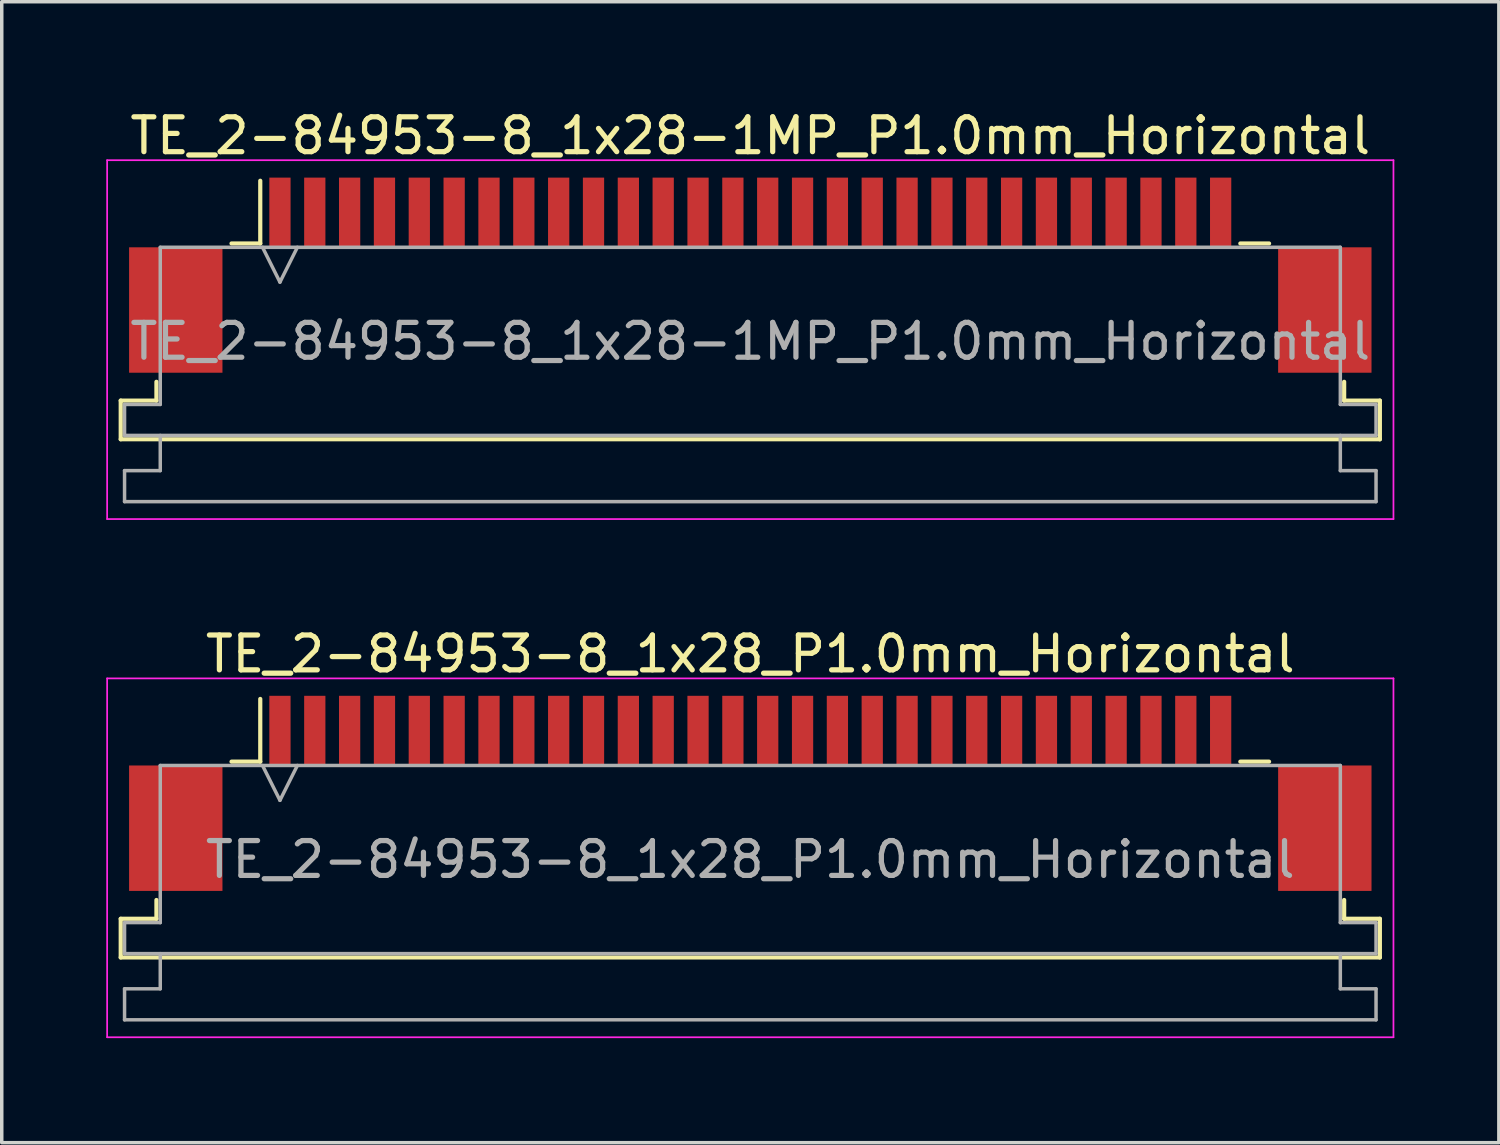
<source format=kicad_pcb>
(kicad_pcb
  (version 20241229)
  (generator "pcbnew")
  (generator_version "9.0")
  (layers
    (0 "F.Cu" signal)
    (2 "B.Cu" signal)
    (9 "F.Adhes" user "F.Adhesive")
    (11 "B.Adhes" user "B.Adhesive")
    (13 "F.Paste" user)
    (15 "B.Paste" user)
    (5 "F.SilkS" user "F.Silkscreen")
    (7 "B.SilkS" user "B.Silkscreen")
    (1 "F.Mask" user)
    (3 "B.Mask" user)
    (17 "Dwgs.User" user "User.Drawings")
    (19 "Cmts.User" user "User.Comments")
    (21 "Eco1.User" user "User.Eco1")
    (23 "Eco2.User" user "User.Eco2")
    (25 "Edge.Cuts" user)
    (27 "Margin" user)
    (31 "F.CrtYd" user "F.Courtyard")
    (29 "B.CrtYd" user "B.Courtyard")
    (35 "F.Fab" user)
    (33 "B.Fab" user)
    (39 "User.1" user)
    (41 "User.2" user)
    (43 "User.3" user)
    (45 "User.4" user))
  (footprint "TE_2-84953-8_1x28_P1.0mm_Horizontal"
    (layer "F.Cu")
    (at 18.485 19.721)
    (property "Reference" "TE_2-84953-8_1x28_P1.0mm_Horizontal" (at 0 -4 0) (layer "F.SilkS") (effects (font (size 1 1) (thickness 0.15))))
    (attr smd)
    (fp_line (start -18.07 3.6) (end -17.045 3.6) (stroke (width 0.12) (type solid)) (layer "F.SilkS"))
    (fp_line (start -18.07 4.71) (end -18.07 3.6) (stroke (width 0.12) (type solid)) (layer "F.SilkS"))
    (fp_line (start -17.045 3.6) (end -17.045 3.06) (stroke (width 0.12) (type solid)) (layer "F.SilkS"))
    (fp_line (start -14.89 -0.91) (end -14.065 -0.91) (stroke (width 0.12) (type solid)) (layer "F.SilkS"))
    (fp_line (start -14.065 -0.91) (end -14.065 -2.71) (stroke (width 0.12) (type solid)) (layer "F.SilkS"))
    (fp_line (start 14.065 -0.91) (end 14.89 -0.91) (stroke (width 0.12) (type solid)) (layer "F.SilkS"))
    (fp_line (start 17.045 3.06) (end 17.045 3.6) (stroke (width 0.12) (type solid)) (layer "F.SilkS"))
    (fp_line (start 17.045 3.6) (end 18.07 3.6) (stroke (width 0.12) (type solid)) (layer "F.SilkS"))
    (fp_line (start 18.07 3.6) (end 18.07 4.71) (stroke (width 0.12) (type solid)) (layer "F.SilkS"))
    (fp_line (start 18.07 4.71) (end -18.07 4.71) (stroke (width 0.12) (type solid)) (layer "F.SilkS"))
    (fp_line (start -18.46 -3.3) (end -18.46 7) (stroke (width 0.05) (type solid)) (layer "F.CrtYd"))
    (fp_line (start -18.46 7) (end 18.46 7) (stroke (width 0.05) (type solid)) (layer "F.CrtYd"))
    (fp_line (start 18.46 -3.3) (end -18.46 -3.3) (stroke (width 0.05) (type solid)) (layer "F.CrtYd"))
    (fp_line (start 18.46 7) (end 18.46 -3.3) (stroke (width 0.05) (type solid)) (layer "F.CrtYd"))
    (fp_line (start -17.96 3.71) (end -16.935 3.71) (stroke (width 0.1) (type solid)) (layer "F.Fab"))
    (fp_line (start -17.96 4.6) (end -17.96 3.71) (stroke (width 0.1) (type solid)) (layer "F.Fab"))
    (fp_line (start -17.96 5.61) (end -16.935 5.61) (stroke (width 0.1) (type solid)) (layer "F.Fab"))
    (fp_line (start -17.96 6.5) (end -17.96 5.61) (stroke (width 0.1) (type solid)) (layer "F.Fab"))
    (fp_line (start -16.935 -0.8) (end 16.935 -0.8) (stroke (width 0.1) (type solid)) (layer "F.Fab"))
    (fp_line (start -16.935 3.71) (end -16.935 -0.8) (stroke (width 0.1) (type solid)) (layer "F.Fab"))
    (fp_line (start -16.935 5.61) (end -16.935 4.6) (stroke (width 0.1) (type solid)) (layer "F.Fab"))
    (fp_line (start -14 -0.8) (end -13.5 0.2) (stroke (width 0.1) (type solid)) (layer "F.Fab"))
    (fp_line (start -13.5 0.2) (end -13 -0.8) (stroke (width 0.1) (type solid)) (layer "F.Fab"))
    (fp_line (start 16.935 -0.8) (end 16.935 3.71) (stroke (width 0.1) (type solid)) (layer "F.Fab"))
    (fp_line (start 16.935 3.71) (end 17.96 3.71) (stroke (width 0.1) (type solid)) (layer "F.Fab"))
    (fp_line (start 16.935 4.6) (end 16.935 5.61) (stroke (width 0.1) (type solid)) (layer "F.Fab"))
    (fp_line (start 16.935 5.61) (end 17.96 5.61) (stroke (width 0.1) (type solid)) (layer "F.Fab"))
    (fp_line (start 17.96 3.71) (end 17.96 4.6) (stroke (width 0.1) (type solid)) (layer "F.Fab"))
    (fp_line (start 17.96 4.6) (end -17.96 4.6) (stroke (width 0.1) (type solid)) (layer "F.Fab"))
    (fp_line (start 17.96 5.61) (end 17.96 6.5) (stroke (width 0.1) (type solid)) (layer "F.Fab"))
    (fp_line (start 17.96 6.5) (end -17.96 6.5) (stroke (width 0.1) (type solid)) (layer "F.Fab"))
    (fp_text user "${REFERENCE}" (at 0 1.9 0) (layer "F.Fab") (effects (font (size 1 1) (thickness 0.15))))
    (pad "" smd rect (at -16.49 1) (size 2.68 3.6) (layers "F.Cu" "F.Mask" "F.Paste"))
    (pad "" smd rect (at 16.49 1) (size 2.68 3.6) (layers "F.Cu" "F.Mask" "F.Paste"))
    (pad "1" smd rect (at -13.5 -1.8) (size 0.61 2) (layers "F.Cu" "F.Mask" "F.Paste"))
    (pad "2" smd rect (at -12.5 -1.8) (size 0.61 2) (layers "F.Cu" "F.Mask" "F.Paste"))
    (pad "3" smd rect (at -11.5 -1.8) (size 0.61 2) (layers "F.Cu" "F.Mask" "F.Paste"))
    (pad "4" smd rect (at -10.5 -1.8) (size 0.61 2) (layers "F.Cu" "F.Mask" "F.Paste"))
    (pad "5" smd rect (at -9.5 -1.8) (size 0.61 2) (layers "F.Cu" "F.Mask" "F.Paste"))
    (pad "6" smd rect (at -8.5 -1.8) (size 0.61 2) (layers "F.Cu" "F.Mask" "F.Paste"))
    (pad "7" smd rect (at -7.5 -1.8) (size 0.61 2) (layers "F.Cu" "F.Mask" "F.Paste"))
    (pad "8" smd rect (at -6.5 -1.8) (size 0.61 2) (layers "F.Cu" "F.Mask" "F.Paste"))
    (pad "9" smd rect (at -5.5 -1.8) (size 0.61 2) (layers "F.Cu" "F.Mask" "F.Paste"))
    (pad "10" smd rect (at -4.5 -1.8) (size 0.61 2) (layers "F.Cu" "F.Mask" "F.Paste"))
    (pad "11" smd rect (at -3.5 -1.8) (size 0.61 2) (layers "F.Cu" "F.Mask" "F.Paste"))
    (pad "12" smd rect (at -2.5 -1.8) (size 0.61 2) (layers "F.Cu" "F.Mask" "F.Paste"))
    (pad "13" smd rect (at -1.5 -1.8) (size 0.61 2) (layers "F.Cu" "F.Mask" "F.Paste"))
    (pad "14" smd rect (at -0.5 -1.8) (size 0.61 2) (layers "F.Cu" "F.Mask" "F.Paste"))
    (pad "15" smd rect (at 0.5 -1.8) (size 0.61 2) (layers "F.Cu" "F.Mask" "F.Paste"))
    (pad "16" smd rect (at 1.5 -1.8) (size 0.61 2) (layers "F.Cu" "F.Mask" "F.Paste"))
    (pad "17" smd rect (at 2.5 -1.8) (size 0.61 2) (layers "F.Cu" "F.Mask" "F.Paste"))
    (pad "18" smd rect (at 3.5 -1.8) (size 0.61 2) (layers "F.Cu" "F.Mask" "F.Paste"))
    (pad "19" smd rect (at 4.5 -1.8) (size 0.61 2) (layers "F.Cu" "F.Mask" "F.Paste"))
    (pad "20" smd rect (at 5.5 -1.8) (size 0.61 2) (layers "F.Cu" "F.Mask" "F.Paste"))
    (pad "21" smd rect (at 6.5 -1.8) (size 0.61 2) (layers "F.Cu" "F.Mask" "F.Paste"))
    (pad "22" smd rect (at 7.5 -1.8) (size 0.61 2) (layers "F.Cu" "F.Mask" "F.Paste"))
    (pad "23" smd rect (at 8.5 -1.8) (size 0.61 2) (layers "F.Cu" "F.Mask" "F.Paste"))
    (pad "24" smd rect (at 9.5 -1.8) (size 0.61 2) (layers "F.Cu" "F.Mask" "F.Paste"))
    (pad "25" smd rect (at 10.5 -1.8) (size 0.61 2) (layers "F.Cu" "F.Mask" "F.Paste"))
    (pad "26" smd rect (at 11.5 -1.8) (size 0.61 2) (layers "F.Cu" "F.Mask" "F.Paste"))
    (pad "27" smd rect (at 12.5 -1.8) (size 0.61 2) (layers "F.Cu" "F.Mask" "F.Paste"))
    (pad "28" smd rect (at 13.5 -1.8) (size 0.61 2) (layers "F.Cu" "F.Mask" "F.Paste")))
  (footprint "TE_2-84953-8_1x28-1MP_P1.0mm_Horizontal"
    (layer "F.Cu")
    (at 18.485 4.848)
    (property "Reference" "TE_2-84953-8_1x28-1MP_P1.0mm_Horizontal" (at 0 -4 0) (layer "F.SilkS") (effects (font (size 1 1) (thickness 0.15))))
    (attr smd)
    (fp_line (start -18.07 3.6) (end -17.045 3.6) (stroke (width 0.12) (type solid)) (layer "F.SilkS"))
    (fp_line (start -18.07 4.71) (end -18.07 3.6) (stroke (width 0.12) (type solid)) (layer "F.SilkS"))
    (fp_line (start -17.045 3.6) (end -17.045 3.06) (stroke (width 0.12) (type solid)) (layer "F.SilkS"))
    (fp_line (start -14.89 -0.91) (end -14.065 -0.91) (stroke (width 0.12) (type solid)) (layer "F.SilkS"))
    (fp_line (start -14.065 -0.91) (end -14.065 -2.71) (stroke (width 0.12) (type solid)) (layer "F.SilkS"))
    (fp_line (start 14.065 -0.91) (end 14.89 -0.91) (stroke (width 0.12) (type solid)) (layer "F.SilkS"))
    (fp_line (start 17.045 3.06) (end 17.045 3.6) (stroke (width 0.12) (type solid)) (layer "F.SilkS"))
    (fp_line (start 17.045 3.6) (end 18.07 3.6) (stroke (width 0.12) (type solid)) (layer "F.SilkS"))
    (fp_line (start 18.07 3.6) (end 18.07 4.71) (stroke (width 0.12) (type solid)) (layer "F.SilkS"))
    (fp_line (start 18.07 4.71) (end -18.07 4.71) (stroke (width 0.12) (type solid)) (layer "F.SilkS"))
    (fp_line (start -18.46 -3.3) (end -18.46 7) (stroke (width 0.05) (type solid)) (layer "F.CrtYd"))
    (fp_line (start -18.46 7) (end 18.46 7) (stroke (width 0.05) (type solid)) (layer "F.CrtYd"))
    (fp_line (start 18.46 -3.3) (end -18.46 -3.3) (stroke (width 0.05) (type solid)) (layer "F.CrtYd"))
    (fp_line (start 18.46 7) (end 18.46 -3.3) (stroke (width 0.05) (type solid)) (layer "F.CrtYd"))
    (fp_line (start -17.96 3.71) (end -16.935 3.71) (stroke (width 0.1) (type solid)) (layer "F.Fab"))
    (fp_line (start -17.96 4.6) (end -17.96 3.71) (stroke (width 0.1) (type solid)) (layer "F.Fab"))
    (fp_line (start -17.96 5.61) (end -16.935 5.61) (stroke (width 0.1) (type solid)) (layer "F.Fab"))
    (fp_line (start -17.96 6.5) (end -17.96 5.61) (stroke (width 0.1) (type solid)) (layer "F.Fab"))
    (fp_line (start -16.935 -0.8) (end 16.935 -0.8) (stroke (width 0.1) (type solid)) (layer "F.Fab"))
    (fp_line (start -16.935 3.71) (end -16.935 -0.8) (stroke (width 0.1) (type solid)) (layer "F.Fab"))
    (fp_line (start -16.935 5.61) (end -16.935 4.6) (stroke (width 0.1) (type solid)) (layer "F.Fab"))
    (fp_line (start -14 -0.8) (end -13.5 0.2) (stroke (width 0.1) (type solid)) (layer "F.Fab"))
    (fp_line (start -13.5 0.2) (end -13 -0.8) (stroke (width 0.1) (type solid)) (layer "F.Fab"))
    (fp_line (start 16.935 -0.8) (end 16.935 3.71) (stroke (width 0.1) (type solid)) (layer "F.Fab"))
    (fp_line (start 16.935 3.71) (end 17.96 3.71) (stroke (width 0.1) (type solid)) (layer "F.Fab"))
    (fp_line (start 16.935 4.6) (end 16.935 5.61) (stroke (width 0.1) (type solid)) (layer "F.Fab"))
    (fp_line (start 16.935 5.61) (end 17.96 5.61) (stroke (width 0.1) (type solid)) (layer "F.Fab"))
    (fp_line (start 17.96 3.71) (end 17.96 4.6) (stroke (width 0.1) (type solid)) (layer "F.Fab"))
    (fp_line (start 17.96 4.6) (end -17.96 4.6) (stroke (width 0.1) (type solid)) (layer "F.Fab"))
    (fp_line (start 17.96 5.61) (end 17.96 6.5) (stroke (width 0.1) (type solid)) (layer "F.Fab"))
    (fp_line (start 17.96 6.5) (end -17.96 6.5) (stroke (width 0.1) (type solid)) (layer "F.Fab"))
    (fp_text user "${REFERENCE}" (at 0 1.9 0) (layer "F.Fab") (effects (font (size 1 1) (thickness 0.15))))
    (pad "1" smd rect (at -13.5 -1.8) (size 0.61 2) (layers "F.Cu" "F.Mask" "F.Paste"))
    (pad "2" smd rect (at -12.5 -1.8) (size 0.61 2) (layers "F.Cu" "F.Mask" "F.Paste"))
    (pad "3" smd rect (at -11.5 -1.8) (size 0.61 2) (layers "F.Cu" "F.Mask" "F.Paste"))
    (pad "4" smd rect (at -10.5 -1.8) (size 0.61 2) (layers "F.Cu" "F.Mask" "F.Paste"))
    (pad "5" smd rect (at -9.5 -1.8) (size 0.61 2) (layers "F.Cu" "F.Mask" "F.Paste"))
    (pad "6" smd rect (at -8.5 -1.8) (size 0.61 2) (layers "F.Cu" "F.Mask" "F.Paste"))
    (pad "7" smd rect (at -7.5 -1.8) (size 0.61 2) (layers "F.Cu" "F.Mask" "F.Paste"))
    (pad "8" smd rect (at -6.5 -1.8) (size 0.61 2) (layers "F.Cu" "F.Mask" "F.Paste"))
    (pad "9" smd rect (at -5.5 -1.8) (size 0.61 2) (layers "F.Cu" "F.Mask" "F.Paste"))
    (pad "10" smd rect (at -4.5 -1.8) (size 0.61 2) (layers "F.Cu" "F.Mask" "F.Paste"))
    (pad "11" smd rect (at -3.5 -1.8) (size 0.61 2) (layers "F.Cu" "F.Mask" "F.Paste"))
    (pad "12" smd rect (at -2.5 -1.8) (size 0.61 2) (layers "F.Cu" "F.Mask" "F.Paste"))
    (pad "13" smd rect (at -1.5 -1.8) (size 0.61 2) (layers "F.Cu" "F.Mask" "F.Paste"))
    (pad "14" smd rect (at -0.5 -1.8) (size 0.61 2) (layers "F.Cu" "F.Mask" "F.Paste"))
    (pad "15" smd rect (at 0.5 -1.8) (size 0.61 2) (layers "F.Cu" "F.Mask" "F.Paste"))
    (pad "16" smd rect (at 1.5 -1.8) (size 0.61 2) (layers "F.Cu" "F.Mask" "F.Paste"))
    (pad "17" smd rect (at 2.5 -1.8) (size 0.61 2) (layers "F.Cu" "F.Mask" "F.Paste"))
    (pad "18" smd rect (at 3.5 -1.8) (size 0.61 2) (layers "F.Cu" "F.Mask" "F.Paste"))
    (pad "19" smd rect (at 4.5 -1.8) (size 0.61 2) (layers "F.Cu" "F.Mask" "F.Paste"))
    (pad "20" smd rect (at 5.5 -1.8) (size 0.61 2) (layers "F.Cu" "F.Mask" "F.Paste"))
    (pad "21" smd rect (at 6.5 -1.8) (size 0.61 2) (layers "F.Cu" "F.Mask" "F.Paste"))
    (pad "22" smd rect (at 7.5 -1.8) (size 0.61 2) (layers "F.Cu" "F.Mask" "F.Paste"))
    (pad "23" smd rect (at 8.5 -1.8) (size 0.61 2) (layers "F.Cu" "F.Mask" "F.Paste"))
    (pad "24" smd rect (at 9.5 -1.8) (size 0.61 2) (layers "F.Cu" "F.Mask" "F.Paste"))
    (pad "25" smd rect (at 10.5 -1.8) (size 0.61 2) (layers "F.Cu" "F.Mask" "F.Paste"))
    (pad "26" smd rect (at 11.5 -1.8) (size 0.61 2) (layers "F.Cu" "F.Mask" "F.Paste"))
    (pad "27" smd rect (at 12.5 -1.8) (size 0.61 2) (layers "F.Cu" "F.Mask" "F.Paste"))
    (pad "28" smd rect (at 13.5 -1.8) (size 0.61 2) (layers "F.Cu" "F.Mask" "F.Paste"))
    (pad "MP" smd rect (at -16.49 1) (size 2.68 3.6) (layers "F.Cu" "F.Mask" "F.Paste"))
    (pad "MP" smd rect (at 16.49 1) (size 2.68 3.6) (layers "F.Cu" "F.Mask" "F.Paste")))
  (gr_rect
    (start -3 -3)
    (end 39.97 29.747)
    (stroke (width 0.1) (type default))
    (fill no)
    (layer "Edge.Cuts")))
</source>
